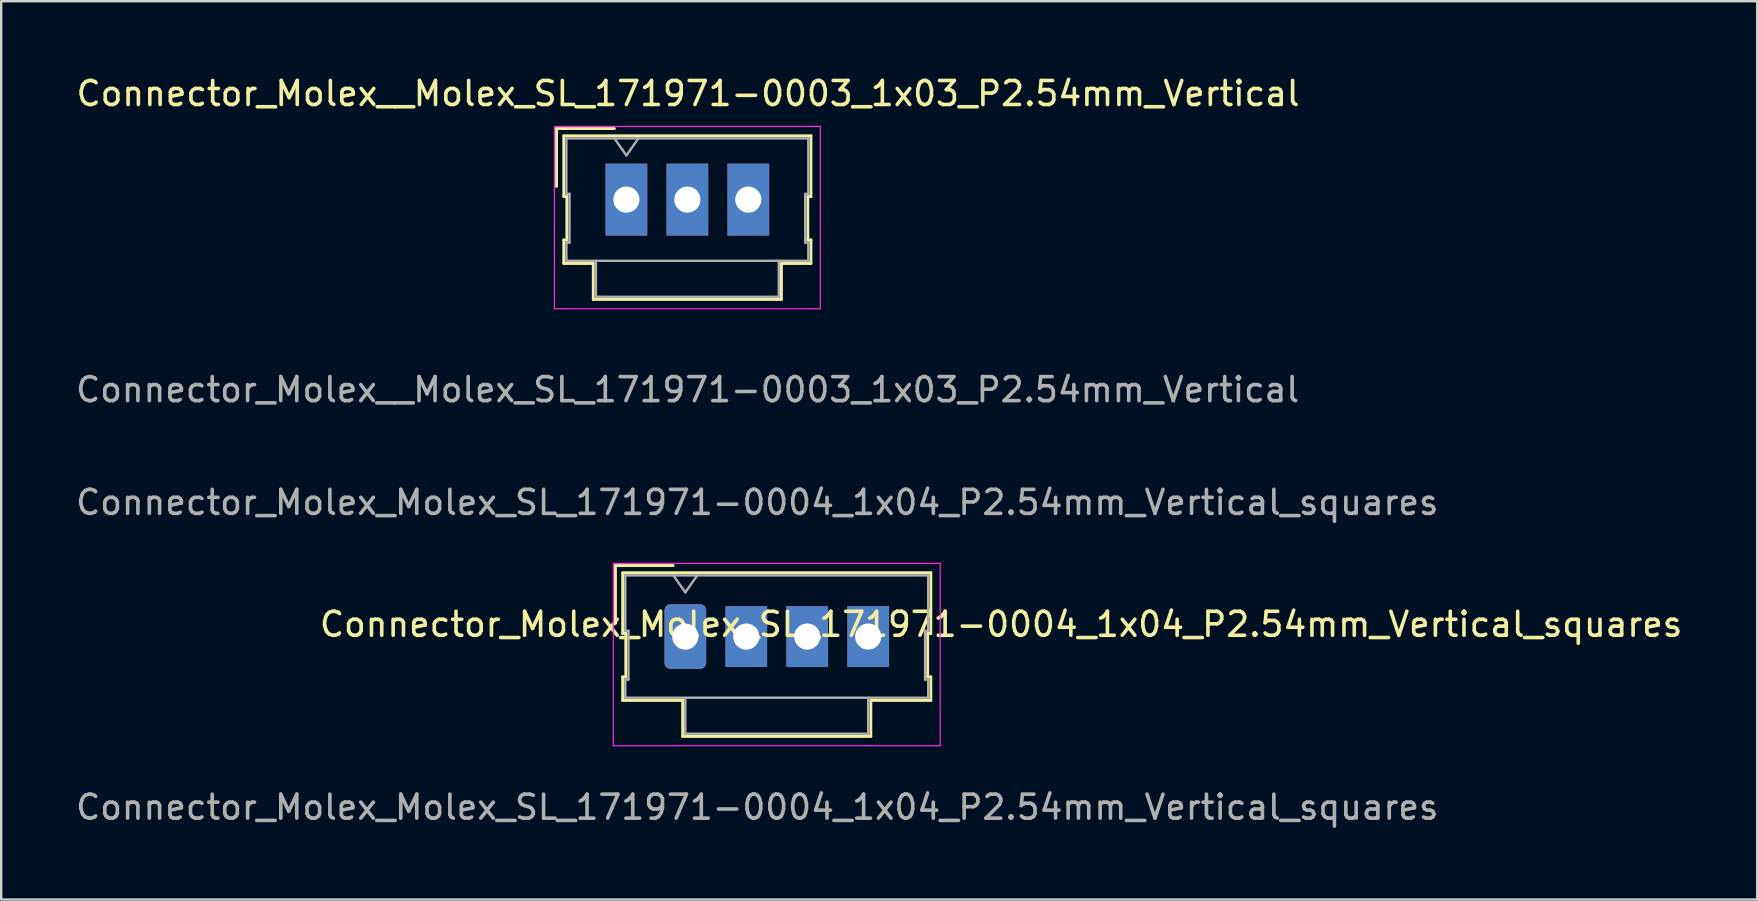
<source format=kicad_pcb>
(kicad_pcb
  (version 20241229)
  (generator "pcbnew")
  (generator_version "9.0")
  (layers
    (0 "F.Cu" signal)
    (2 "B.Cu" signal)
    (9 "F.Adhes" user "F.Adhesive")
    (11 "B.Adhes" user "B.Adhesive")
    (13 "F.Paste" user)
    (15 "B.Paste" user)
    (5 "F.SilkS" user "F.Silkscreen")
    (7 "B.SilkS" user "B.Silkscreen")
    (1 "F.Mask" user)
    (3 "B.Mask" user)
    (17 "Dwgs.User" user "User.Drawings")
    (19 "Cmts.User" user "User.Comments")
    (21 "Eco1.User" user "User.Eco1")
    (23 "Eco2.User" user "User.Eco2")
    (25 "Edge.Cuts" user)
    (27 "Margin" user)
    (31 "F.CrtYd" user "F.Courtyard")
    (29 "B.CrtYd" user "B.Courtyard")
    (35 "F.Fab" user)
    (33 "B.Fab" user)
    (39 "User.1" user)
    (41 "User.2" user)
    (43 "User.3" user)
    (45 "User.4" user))
  (footprint "Connector_Molex_Molex_SL_171971-0004_1x04_P2.54mm_Vertical_squares"
    (layer "F.Cu")
    (at 28.506 22.965)
    (property "Reference" "Connector_Molex_Molex_SL_171971-0004_1x04_P2.54mm_Vertical_squares" (at 10.16 0 0) (unlocked yes) (layer "F.SilkS") (effects (font (size 1 1) (thickness 0.15))))
    (attr smd)
    (fp_line (start -5.91 -2.45) (end -3.5 -2.45) (stroke (width 0.12) (type solid)) (layer "F.SilkS"))
    (fp_line (start -5.91 -0.04) (end -5.91 -2.45) (stroke (width 0.12) (type solid)) (layer "F.SilkS"))
    (fp_line (start -5.61 -2.15) (end -5.61 0.38) (stroke (width 0.12) (type solid)) (layer "F.SilkS"))
    (fp_line (start -5.61 0.38) (end -5.48 0.38) (stroke (width 0.12) (type solid)) (layer "F.SilkS"))
    (fp_line (start -5.61 2.19) (end -5.61 3.17) (stroke (width 0.12) (type solid)) (layer "F.SilkS"))
    (fp_line (start -5.61 3.17) (end -3.11 3.17) (stroke (width 0.12) (type solid)) (layer "F.SilkS"))
    (fp_line (start -5.48 0.38) (end -5.48 2.19) (stroke (width 0.12) (type solid)) (layer "F.SilkS"))
    (fp_line (start -5.48 2.19) (end -5.61 2.19) (stroke (width 0.12) (type solid)) (layer "F.SilkS"))
    (fp_line (start -3.11 3.17) (end -3.11 4.67) (stroke (width 0.12) (type solid)) (layer "F.SilkS"))
    (fp_line (start -3.11 4.67) (end 4.73 4.67) (stroke (width 0.12) (type solid)) (layer "F.SilkS"))
    (fp_line (start 4.73 3.17) (end 7.23 3.17) (stroke (width 0.12) (type solid)) (layer "F.SilkS"))
    (fp_line (start 4.73 4.67) (end 4.73 3.17) (stroke (width 0.12) (type solid)) (layer "F.SilkS"))
    (fp_line (start 7.1 0.38) (end 7.23 0.38) (stroke (width 0.12) (type solid)) (layer "F.SilkS"))
    (fp_line (start 7.1 2.19) (end 7.1 0.38) (stroke (width 0.12) (type solid)) (layer "F.SilkS"))
    (fp_line (start 7.23 -2.15) (end -5.61 -2.15) (stroke (width 0.12) (type solid)) (layer "F.SilkS"))
    (fp_line (start 7.23 0.38) (end 7.23 -2.15) (stroke (width 0.12) (type solid)) (layer "F.SilkS"))
    (fp_line (start 7.23 2.19) (end 7.1 2.19) (stroke (width 0.12) (type solid)) (layer "F.SilkS"))
    (fp_line (start 7.23 3.17) (end 7.23 2.19) (stroke (width 0.12) (type solid)) (layer "F.SilkS"))
    (fp_line (start -6 -2.54) (end -6 5.06) (stroke (width 0.05) (type solid)) (layer "F.CrtYd"))
    (fp_line (start -6 5.06) (end 7.62 5.06) (stroke (width 0.05) (type solid)) (layer "F.CrtYd"))
    (fp_line (start 7.62 -2.54) (end -6 -2.54) (stroke (width 0.05) (type solid)) (layer "F.CrtYd"))
    (fp_line (start 7.62 5.06) (end 7.62 -2.54) (stroke (width 0.05) (type solid)) (layer "F.CrtYd"))
    (fp_line (start -5.5 -2.04) (end -5.5 0.27) (stroke (width 0.1) (type solid)) (layer "F.Fab"))
    (fp_line (start -5.5 0.27) (end -5.37 0.27) (stroke (width 0.1) (type solid)) (layer "F.Fab"))
    (fp_line (start -5.5 2.3) (end -5.5 3.06) (stroke (width 0.1) (type solid)) (layer "F.Fab"))
    (fp_line (start -5.5 3.06) (end 7.12 3.06) (stroke (width 0.1) (type solid)) (layer "F.Fab"))
    (fp_line (start -5.37 0.27) (end -5.37 2.3) (stroke (width 0.1) (type solid)) (layer "F.Fab"))
    (fp_line (start -5.37 2.3) (end -5.5 2.3) (stroke (width 0.1) (type solid)) (layer "F.Fab"))
    (fp_line (start -3 -1.333) (end -3.5 -2.04) (stroke (width 0.1) (type solid)) (layer "F.Fab"))
    (fp_line (start -3 3.06) (end -3 4.56) (stroke (width 0.1) (type solid)) (layer "F.Fab"))
    (fp_line (start -3 4.56) (end 4.62 4.56) (stroke (width 0.1) (type solid)) (layer "F.Fab"))
    (fp_line (start -2.5 -2.04) (end -3 -1.333) (stroke (width 0.1) (type solid)) (layer "F.Fab"))
    (fp_line (start 4.62 4.56) (end 4.62 3.06) (stroke (width 0.1) (type solid)) (layer "F.Fab"))
    (fp_line (start 6.99 0.27) (end 7.12 0.27) (stroke (width 0.1) (type solid)) (layer "F.Fab"))
    (fp_line (start 6.99 2.3) (end 6.99 0.27) (stroke (width 0.1) (type solid)) (layer "F.Fab"))
    (fp_line (start 7.12 -2.04) (end -5.5 -2.04) (stroke (width 0.1) (type solid)) (layer "F.Fab"))
    (fp_line (start 7.12 0.27) (end 7.12 -2.04) (stroke (width 0.1) (type solid)) (layer "F.Fab"))
    (fp_line (start 7.12 2.3) (end 6.99 2.3) (stroke (width 0.1) (type solid)) (layer "F.Fab"))
    (fp_line (start 7.12 3.06) (end 7.12 2.3) (stroke (width 0.1) (type solid)) (layer "F.Fab"))
    (fp_text user "${REFERENCE}" (at 0 -5.08 0) (unlocked yes) (layer "F.Fab") (effects (font (size 1 1) (thickness 0.15))))
    (fp_text user "${REFERENCE}" (at 0 7.62 0) (layer "F.Fab") (effects (font (size 1 1) (thickness 0.15))))
    (pad "1" thru_hole roundrect (at -3 0.51) (size 1.74 2.7) (drill 1.09) (layers "*.Cu" "*.Mask") (roundrect_rratio 0.144))
    (pad "2" thru_hole rect (at -0.46 0.51) (size 1.74 2.54) (drill 1.09) (layers "*.Cu" "*.Mask"))
    (pad "3" thru_hole rect (at 2.08 0.51) (size 1.74 2.54) (drill 1.09) (layers "*.Cu" "*.Mask"))
    (pad "4" thru_hole rect (at 4.62 0.51) (size 1.74 2.54) (drill 1.09) (layers "*.Cu" "*.Mask")))
  (footprint "Connector_Molex__Molex_SL_171971-0003_1x03_P2.54mm_Vertical"
    (layer "F.Cu")
    (at 25.621 1.348)
    (property "Reference" "Connector_Molex__Molex_SL_171971-0003_1x03_P2.54mm_Vertical" (at 0 -0.5 0) (unlocked yes) (layer "F.SilkS") (effects (font (size 1 1) (thickness 0.15))))
    (attr smd)
    (fp_line (start -5.48 0.96) (end -3.07 0.96) (stroke (width 0.12) (type solid)) (layer "F.SilkS"))
    (fp_line (start -5.48 3.37) (end -5.48 0.96) (stroke (width 0.12) (type solid)) (layer "F.SilkS"))
    (fp_line (start -5.18 1.26) (end -5.18 3.79) (stroke (width 0.12) (type solid)) (layer "F.SilkS"))
    (fp_line (start -5.18 3.79) (end -5.05 3.79) (stroke (width 0.12) (type solid)) (layer "F.SilkS"))
    (fp_line (start -5.18 5.6) (end -5.18 6.58) (stroke (width 0.12) (type solid)) (layer "F.SilkS"))
    (fp_line (start -5.18 6.58) (end -3.95 6.58) (stroke (width 0.12) (type solid)) (layer "F.SilkS"))
    (fp_line (start -5.05 3.79) (end -5.05 5.6) (stroke (width 0.12) (type solid)) (layer "F.SilkS"))
    (fp_line (start -5.05 5.6) (end -5.18 5.6) (stroke (width 0.12) (type solid)) (layer "F.SilkS"))
    (fp_line (start -3.95 6.58) (end -3.95 8.08) (stroke (width 0.12) (type solid)) (layer "F.SilkS"))
    (fp_line (start -3.95 8.08) (end 3.89 8.08) (stroke (width 0.12) (type solid)) (layer "F.SilkS"))
    (fp_line (start 3.89 6.58) (end 5.12 6.58) (stroke (width 0.12) (type solid)) (layer "F.SilkS"))
    (fp_line (start 3.89 8.08) (end 3.89 6.58) (stroke (width 0.12) (type solid)) (layer "F.SilkS"))
    (fp_line (start 4.99 3.79) (end 5.12 3.79) (stroke (width 0.12) (type solid)) (layer "F.SilkS"))
    (fp_line (start 4.99 5.6) (end 4.99 3.79) (stroke (width 0.12) (type solid)) (layer "F.SilkS"))
    (fp_line (start 5.12 1.26) (end -5.18 1.26) (stroke (width 0.12) (type solid)) (layer "F.SilkS"))
    (fp_line (start 5.12 3.79) (end 5.12 1.26) (stroke (width 0.12) (type solid)) (layer "F.SilkS"))
    (fp_line (start 5.12 5.6) (end 4.99 5.6) (stroke (width 0.12) (type solid)) (layer "F.SilkS"))
    (fp_line (start 5.12 6.58) (end 5.12 5.6) (stroke (width 0.12) (type solid)) (layer "F.SilkS"))
    (fp_line (start -5.57 0.87) (end -5.57 8.47) (stroke (width 0.05) (type solid)) (layer "F.CrtYd"))
    (fp_line (start -5.57 8.47) (end 5.51 8.47) (stroke (width 0.05) (type solid)) (layer "F.CrtYd"))
    (fp_line (start 5.51 0.87) (end -5.57 0.87) (stroke (width 0.05) (type solid)) (layer "F.CrtYd"))
    (fp_line (start 5.51 8.47) (end 5.51 0.87) (stroke (width 0.05) (type solid)) (layer "F.CrtYd"))
    (fp_line (start -5.07 1.37) (end -5.07 3.68) (stroke (width 0.1) (type solid)) (layer "F.Fab"))
    (fp_line (start -5.07 3.68) (end -4.94 3.68) (stroke (width 0.1) (type solid)) (layer "F.Fab"))
    (fp_line (start -5.07 5.71) (end -5.07 6.47) (stroke (width 0.1) (type solid)) (layer "F.Fab"))
    (fp_line (start -5.07 6.47) (end 5.01 6.47) (stroke (width 0.1) (type solid)) (layer "F.Fab"))
    (fp_line (start -4.94 3.68) (end -4.94 5.71) (stroke (width 0.1) (type solid)) (layer "F.Fab"))
    (fp_line (start -4.94 5.71) (end -5.07 5.71) (stroke (width 0.1) (type solid)) (layer "F.Fab"))
    (fp_line (start -3.84 6.47) (end -3.84 7.97) (stroke (width 0.1) (type solid)) (layer "F.Fab"))
    (fp_line (start -3.84 7.97) (end 3.78 7.97) (stroke (width 0.1) (type solid)) (layer "F.Fab"))
    (fp_line (start -2.57 2.077) (end -3.07 1.37) (stroke (width 0.1) (type solid)) (layer "F.Fab"))
    (fp_line (start -2.07 1.37) (end -2.57 2.077) (stroke (width 0.1) (type solid)) (layer "F.Fab"))
    (fp_line (start 3.78 7.97) (end 3.78 6.47) (stroke (width 0.1) (type solid)) (layer "F.Fab"))
    (fp_line (start 4.88 3.68) (end 5.01 3.68) (stroke (width 0.1) (type solid)) (layer "F.Fab"))
    (fp_line (start 4.88 5.71) (end 4.88 3.68) (stroke (width 0.1) (type solid)) (layer "F.Fab"))
    (fp_line (start 5.01 1.37) (end -5.07 1.37) (stroke (width 0.1) (type solid)) (layer "F.Fab"))
    (fp_line (start 5.01 3.68) (end 5.01 1.37) (stroke (width 0.1) (type solid)) (layer "F.Fab"))
    (fp_line (start 5.01 5.71) (end 4.88 5.71) (stroke (width 0.1) (type solid)) (layer "F.Fab"))
    (fp_line (start 5.01 6.47) (end 5.01 5.71) (stroke (width 0.1) (type solid)) (layer "F.Fab"))
    (fp_text user "${REFERENCE}" (at -0.02 11.84 0) (unlocked yes) (layer "F.Fab") (effects (font (size 1 1) (thickness 0.15))))
    (pad "1" thru_hole rect (at -2.57 3.92) (size 1.74 3) (drill 1.09) (layers "*.Cu" "*.Mask"))
    (pad "2" thru_hole rect (at -0.03 3.92) (size 1.74 3) (drill 1.09) (layers "*.Cu" "*.Mask"))
    (pad "3" thru_hole rect (at 2.51 3.92) (size 1.74 3) (drill 1.09) (layers "*.Cu" "*.Mask")))
  (gr_rect
    (start -3 -3)
    (end 70.172 34.433)
    (stroke (width 0.1) (type default))
    (fill no)
    (layer "Edge.Cuts")))
</source>
